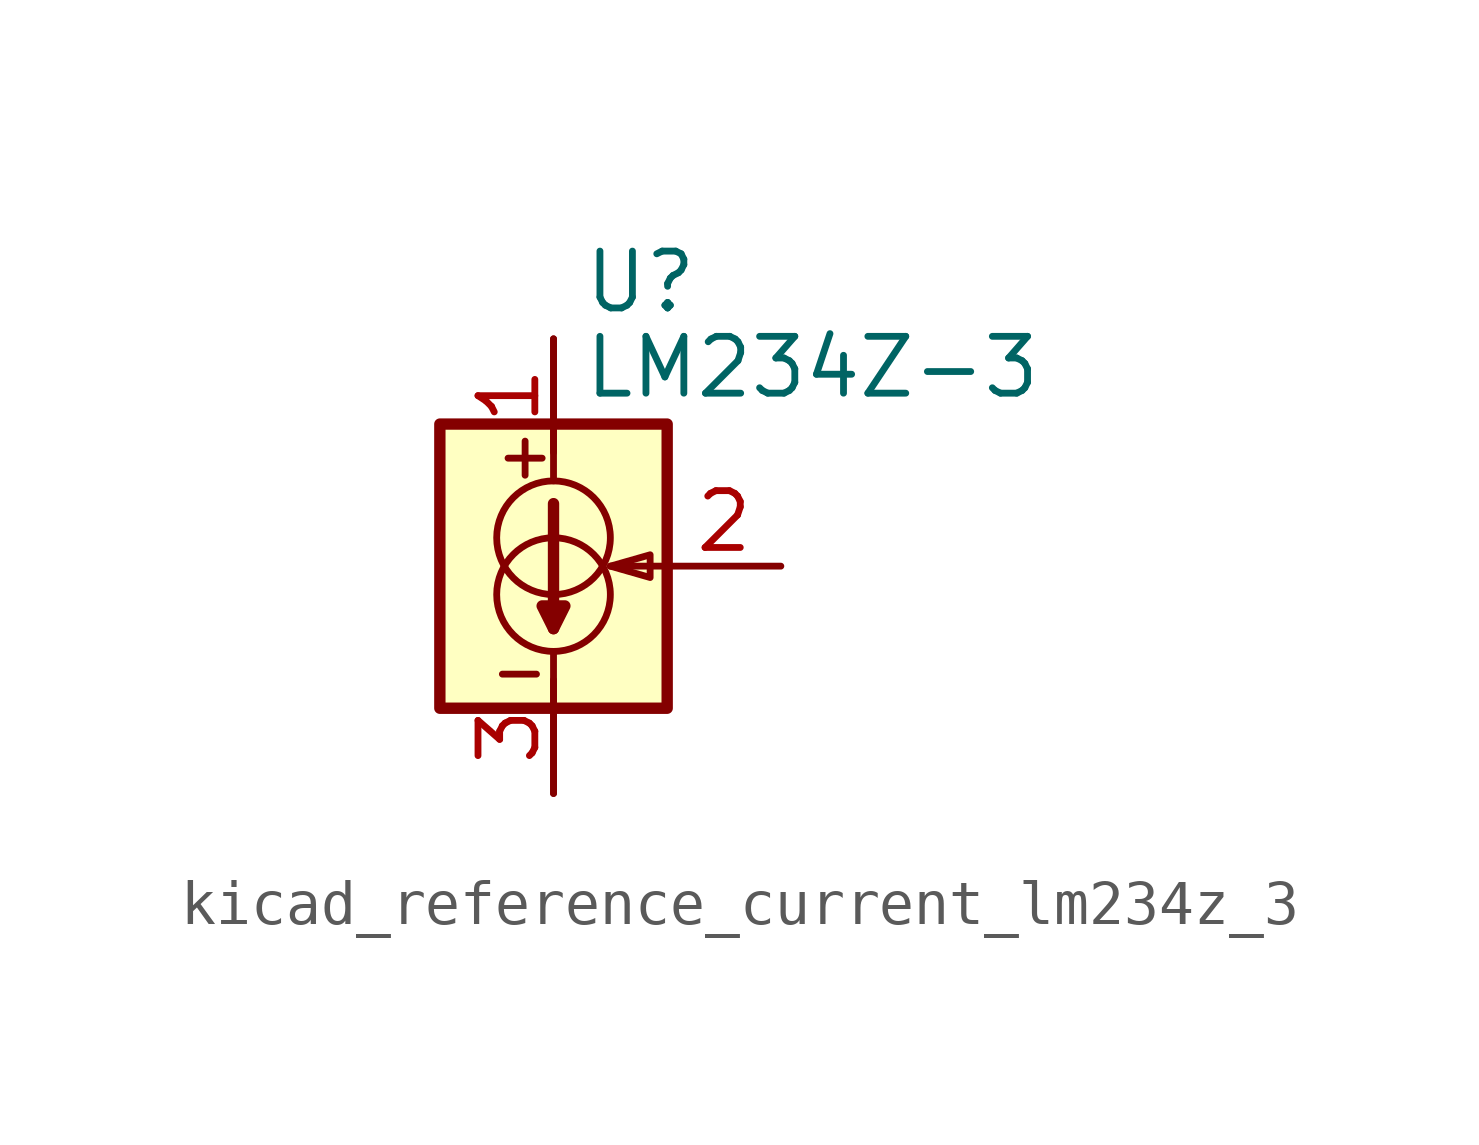
<source format=kicad_sym>
(kicad_symbol_lib
  (version 20220914)
  (generator kicad_symbol_editor)
  (symbol "kicad_reference_current_lm234z_3"
    (property "Reference" "U"
      (at 0.635 6.35 0)
      (effects (font (size 1.27 1.27)) (justify left)))
    (property "Value" "LM234Z-3"
      (at 0.635 4.445 0)
      (effects (font (size 1.27 1.27)) (justify left)))
    (symbol "kicad_reference_current_lm234z_3_0_1"
      (rectangle (start -2.54 3.175) (end 2.54 -3.175) (stroke (width 0.254) (type default)) (fill (type background)))
      (circle (center 0 -0.635) (radius 1.27) (stroke (width 0) (type default)) (fill (type none)))
      (polyline (pts (xy -1.143 -2.413) (xy -0.381 -2.413)) (stroke (width 0) (type default)) (fill (type none)))
      (polyline (pts (xy -1.016 2.413) (xy -0.254 2.413)) (stroke (width 0) (type default)) (fill (type none)))
      (polyline (pts (xy -0.635 2.794) (xy -0.635 2.032)) (stroke (width 0) (type default)) (fill (type none)))
      (polyline (pts (xy 0 -1.905) (xy 0 -5.08)) (stroke (width 0) (type default)) (fill (type none)))
      (polyline (pts (xy 0 1.397) (xy 0 -1.397)) (stroke (width 0.254) (type default)) (fill (type none)))
      (polyline (pts (xy 0 5.08) (xy 0 1.905)) (stroke (width 0) (type default)) (fill (type none)))
      (polyline (pts (xy 2.54 0) (xy 1.27 0)) (stroke (width 0) (type default)) (fill (type none)))
      (polyline (pts (xy 0 -1.397) (xy -0.254 -0.889) (xy 0.254 -0.889) (xy 0 -1.397)) (stroke (width 0.254) (type default)) (fill (type none)))
      (polyline (pts (xy 1.27 0) (xy 2.159 0.254) (xy 2.159 -0.254) (xy 1.27 0)) (stroke (width 0) (type default)) (fill (type none)))
      (circle (center 0 0.635) (radius 1.27) (stroke (width 0) (type default)) (fill (type none))))
    (symbol "kicad_reference_current_lm234z_3_1_1"
      (pin passive line (at 0 5.08 270) (length 2.54) (name "~" (effects (font (size 1.27 1.27)))) (number "1" (effects (font (size 1.27 1.27)))))
      (pin passive line (at 5.08 0 180) (length 2.54) (name "~" (effects (font (size 1.27 1.27)))) (number "2" (effects (font (size 1.27 1.27)))))
      (pin passive line (at 0 -5.08 90) (length 2.54) (name "~" (effects (font (size 1.27 1.27)))) (number "3" (effects (font (size 1.27 1.27))))))))
</source>
